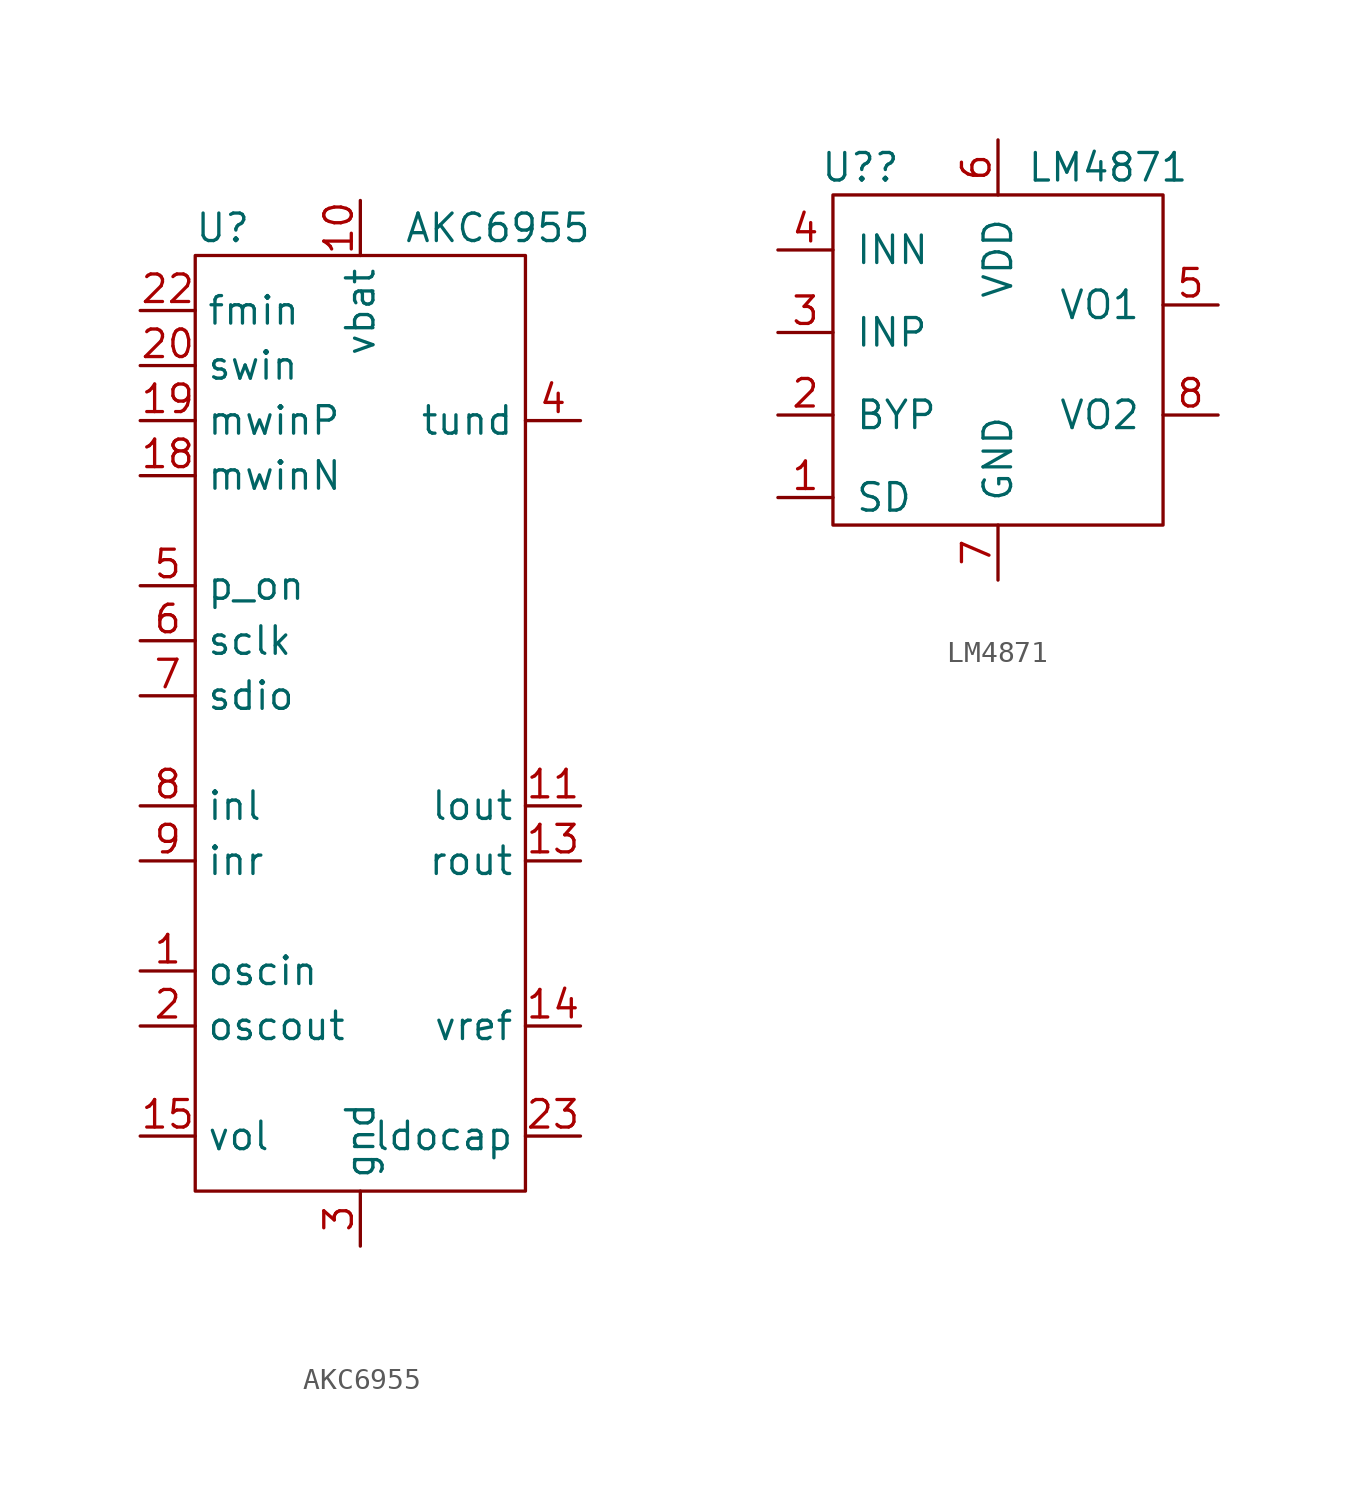
<source format=kicad_sym>
(kicad_symbol_lib
  (version 20211014)
  (generator kicad_symbol_editor)
  (symbol "AKC6955"
    (property "Reference" "U"
      (at -6.35 22.86 0)
      (effects (font (size 1.27 1.27))))
    (property "Value" "AKC6955"
      (at 6.35 22.86 0)
      (effects (font (size 1.27 1.27))))
    (symbol "AKC6955_0_1"
      (rectangle (start -7.62 21.59) (end 7.62 -21.59) (stroke (width 0) (type default) (color 0 0 0 0)) (fill (type none))))
    (symbol "AKC6955_1_1"
      (pin input line (at -10.16 -11.43 0) (length 2.54) (name "oscin" (effects (font (size 1.27 1.27)))) (number "1" (effects (font (size 1.27 1.27)))))
      (pin power_in line (at 0 24.13 270) (length 2.54) (name "vbat" (effects (font (size 1.27 1.27)))) (number "10" (effects (font (size 1.27 1.27)))))
      (pin output line (at 10.16 -3.81 180) (length 2.54) (name "lout" (effects (font (size 1.27 1.27)))) (number "11" (effects (font (size 1.27 1.27)))))
      (pin power_in line (at 0 -24.13 90) (length 2.54) hide (name "gnd" (effects (font (size 1.27 1.27)))) (number "12" (effects (font (size 1.27 1.27)))))
      (pin output line (at 10.16 -6.35 180) (length 2.54) (name "rout" (effects (font (size 1.27 1.27)))) (number "13" (effects (font (size 1.27 1.27)))))
      (pin output line (at 10.16 -13.97 180) (length 2.54) (name "vref" (effects (font (size 1.27 1.27)))) (number "14" (effects (font (size 1.27 1.27)))))
      (pin input line (at -10.16 -19.05 0) (length 2.54) (name "vol" (effects (font (size 1.27 1.27)))) (number "15" (effects (font (size 1.27 1.27)))))
      (pin power_in line (at 0 24.13 270) (length 2.54) hide (name "vbat" (effects (font (size 1.27 1.27)))) (number "16" (effects (font (size 1.27 1.27)))))
      (pin power_in line (at 0 -24.13 90) (length 2.54) hide (name "gnd" (effects (font (size 1.27 1.27)))) (number "17" (effects (font (size 1.27 1.27)))))
      (pin input line (at -10.16 11.43 0) (length 2.54) (name "mwinN" (effects (font (size 1.27 1.27)))) (number "18" (effects (font (size 1.27 1.27)))))
      (pin input line (at -10.16 13.97 0) (length 2.54) (name "mwinP" (effects (font (size 1.27 1.27)))) (number "19" (effects (font (size 1.27 1.27)))))
      (pin input line (at -10.16 -13.97 0) (length 2.54) (name "oscout" (effects (font (size 1.27 1.27)))) (number "2" (effects (font (size 1.27 1.27)))))
      (pin input line (at -10.16 16.51 0) (length 2.54) (name "swin" (effects (font (size 1.27 1.27)))) (number "20" (effects (font (size 1.27 1.27)))))
      (pin power_in line (at 0 -24.13 90) (length 2.54) hide (name "gnd" (effects (font (size 1.27 1.27)))) (number "21" (effects (font (size 1.27 1.27)))))
      (pin input line (at -10.16 19.05 0) (length 2.54) (name "fmin" (effects (font (size 1.27 1.27)))) (number "22" (effects (font (size 1.27 1.27)))))
      (pin output line (at 10.16 -19.05 180) (length 2.54) (name "ldocap" (effects (font (size 1.27 1.27)))) (number "23" (effects (font (size 1.27 1.27)))))
      (pin power_in line (at 0 -24.13 90) (length 2.54) hide (name "gnd" (effects (font (size 1.27 1.27)))) (number "24" (effects (font (size 1.27 1.27)))))
      (pin power_in line (at 0 -24.13 90) (length 2.54) (name "gnd" (effects (font (size 1.27 1.27)))) (number "3" (effects (font (size 1.27 1.27)))))
      (pin output line (at 10.16 13.97 180) (length 2.54) (name "tund" (effects (font (size 1.27 1.27)))) (number "4" (effects (font (size 1.27 1.27)))))
      (pin input line (at -10.16 6.35 0) (length 2.54) (name "p_on" (effects (font (size 1.27 1.27)))) (number "5" (effects (font (size 1.27 1.27)))))
      (pin bidirectional line (at -10.16 3.81 0) (length 2.54) (name "sclk" (effects (font (size 1.27 1.27)))) (number "6" (effects (font (size 1.27 1.27)))))
      (pin bidirectional line (at -10.16 1.27 0) (length 2.54) (name "sdio" (effects (font (size 1.27 1.27)))) (number "7" (effects (font (size 1.27 1.27)))))
      (pin input line (at -10.16 -3.81 0) (length 2.54) (name "inl" (effects (font (size 1.27 1.27)))) (number "8" (effects (font (size 1.27 1.27)))))
      (pin input line (at -10.16 -6.35 0) (length 2.54) (name "inr" (effects (font (size 1.27 1.27)))) (number "9" (effects (font (size 1.27 1.27)))))))
  (symbol "LM4871"
    (pin_names
      (offset 1.016))
    (property "Reference" "U?"
      (at -6.35 8.89 0)
      (effects (font (size 1.27 1.27))))
    (property "Value" "LM4871"
      (at 5.08 8.89 0)
      (effects (font (size 1.27 1.27))))
    (symbol "LM4871_0_1"
      (rectangle (start -7.62 7.62) (end 7.62 -7.62) (stroke (width 0) (type default) (color 0 0 0 0)) (fill (type none))))
    (symbol "LM4871_1_1"
      (pin input line (at -10.16 -6.35 0) (length 2.54) (name "SD" (effects (font (size 1.27 1.27)))) (number "1" (effects (font (size 1.27 1.27)))))
      (pin input line (at -10.16 -2.54 0) (length 2.54) (name "BYP" (effects (font (size 1.27 1.27)))) (number "2" (effects (font (size 1.27 1.27)))))
      (pin input line (at -10.16 1.27 0) (length 2.54) (name "INP" (effects (font (size 1.27 1.27)))) (number "3" (effects (font (size 1.27 1.27)))))
      (pin input line (at -10.16 5.08 0) (length 2.54) (name "INN" (effects (font (size 1.27 1.27)))) (number "4" (effects (font (size 1.27 1.27)))))
      (pin output line (at 10.16 2.54 180) (length 2.54) (name "VO1" (effects (font (size 1.27 1.27)))) (number "5" (effects (font (size 1.27 1.27)))))
      (pin power_in line (at 0 10.16 270) (length 2.54) (name "VDD" (effects (font (size 1.27 1.27)))) (number "6" (effects (font (size 1.27 1.27)))))
      (pin power_in line (at 0 -10.16 90) (length 2.54) (name "GND" (effects (font (size 1.27 1.27)))) (number "7" (effects (font (size 1.27 1.27)))))
      (pin output line (at 10.16 -2.54 180) (length 2.54) (name "VO2" (effects (font (size 1.27 1.27)))) (number "8" (effects (font (size 1.27 1.27))))))))
</source>
